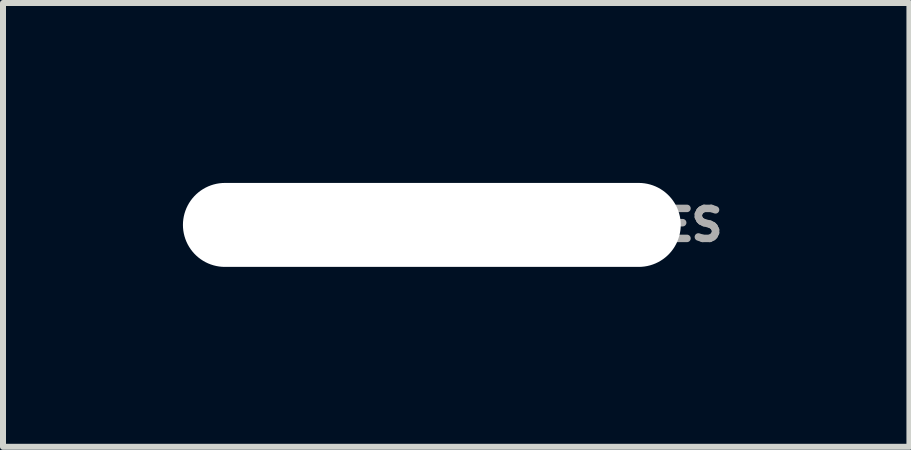
<source format=kicad_pcb>
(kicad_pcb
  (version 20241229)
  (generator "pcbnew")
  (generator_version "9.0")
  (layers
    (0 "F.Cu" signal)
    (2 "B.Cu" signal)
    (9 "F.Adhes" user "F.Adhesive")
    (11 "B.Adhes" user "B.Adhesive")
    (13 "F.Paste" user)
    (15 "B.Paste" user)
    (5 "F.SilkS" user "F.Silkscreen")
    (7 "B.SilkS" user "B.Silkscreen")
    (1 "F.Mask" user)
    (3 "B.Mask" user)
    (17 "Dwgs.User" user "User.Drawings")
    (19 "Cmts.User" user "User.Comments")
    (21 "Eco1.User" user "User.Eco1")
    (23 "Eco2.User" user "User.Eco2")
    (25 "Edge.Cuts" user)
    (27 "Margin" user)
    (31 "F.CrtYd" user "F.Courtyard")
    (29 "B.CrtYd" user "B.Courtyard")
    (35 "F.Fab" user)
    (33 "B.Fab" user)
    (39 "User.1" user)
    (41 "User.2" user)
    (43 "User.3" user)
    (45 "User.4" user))
  (footprint "D3_TH_SMD_v2_HOLES"
    (layer "F.Cu")
    (at 4.33 0.7)
    (property "Reference" "D3_TH_SMD_v2_HOLES" (at 0.55 0 180) (layer "F.Fab") (effects (font (size 0.5 0.5) (thickness 0.125))))
    (attr through_hole)
    (pad "" np_thru_hole oval (at -0.18 0 90) (size 1.4 8.3) (drill oval 1.4 8.3) (layers "*.Cu")))
  (gr_rect
    (start -3 -3)
    (end 12.113 4.4)
    (stroke (width 0.1) (type default))
    (fill no)
    (layer "Edge.Cuts")))
</source>
